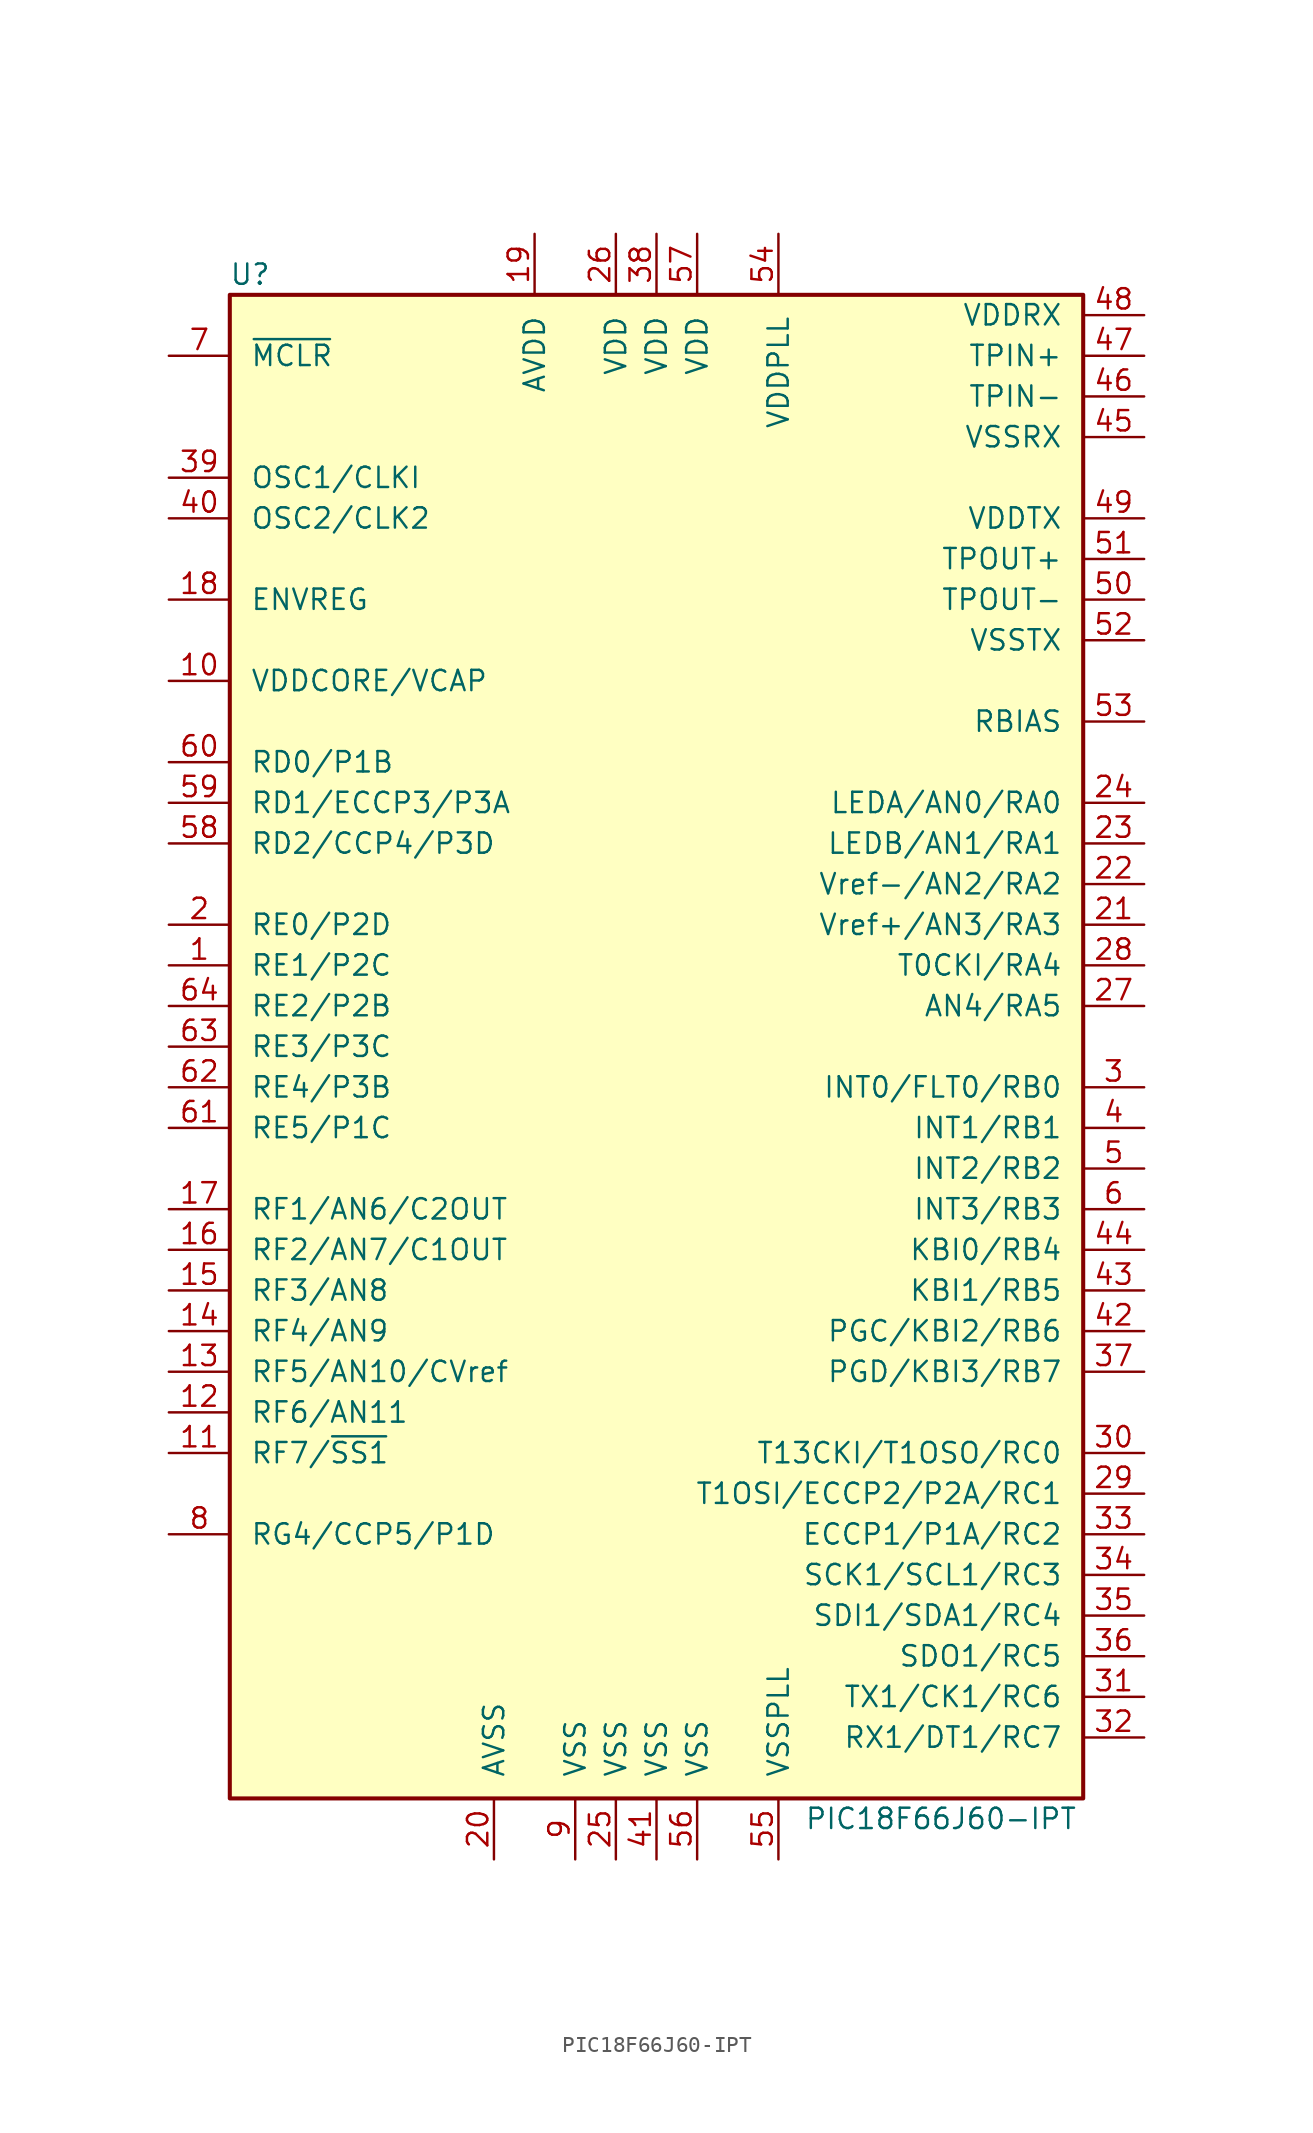
<source format=kicad_sym>
(kicad_symbol_lib
  (version 20220914)
  (generator kicad_symbol_editor)
  (symbol "PIC18F66J60-IPT"
    (pin_names
      (offset 1.27))
    (property "Reference" "U"
      (at -25.4 48.26 0)
      (effects (font (size 1.27 1.27))))
    (property "Value" "PIC18F66J60-IPT"
      (at 17.78 -48.26 0)
      (effects (font (size 1.27 1.27))))
    (symbol "PIC18F66J60-IPT_0_1"
      (rectangle (start -26.67 46.99) (end 26.67 -46.99) (stroke (width 0.254) (type default)) (fill (type background))))
    (symbol "PIC18F66J60-IPT_1_1"
      (pin bidirectional line (at -30.48 5.08 0) (length 3.81) (name "RE1/P2C" (effects (font (size 1.27 1.27)))) (number "1" (effects (font (size 1.27 1.27)))))
      (pin passive line (at -30.48 22.86 0) (length 3.81) (name "VDDCORE/VCAP" (effects (font (size 1.27 1.27)))) (number "10" (effects (font (size 1.27 1.27)))))
      (pin bidirectional line (at -30.48 -25.4 0) (length 3.81) (name "RF7/~{SS1}" (effects (font (size 1.27 1.27)))) (number "11" (effects (font (size 1.27 1.27)))))
      (pin bidirectional line (at -30.48 -22.86 0) (length 3.81) (name "RF6/AN11" (effects (font (size 1.27 1.27)))) (number "12" (effects (font (size 1.27 1.27)))))
      (pin bidirectional line (at -30.48 -20.32 0) (length 3.81) (name "RF5/AN10/CVref" (effects (font (size 1.27 1.27)))) (number "13" (effects (font (size 1.27 1.27)))))
      (pin bidirectional line (at -30.48 -17.78 0) (length 3.81) (name "RF4/AN9" (effects (font (size 1.27 1.27)))) (number "14" (effects (font (size 1.27 1.27)))))
      (pin bidirectional line (at -30.48 -15.24 0) (length 3.81) (name "RF3/AN8" (effects (font (size 1.27 1.27)))) (number "15" (effects (font (size 1.27 1.27)))))
      (pin bidirectional line (at -30.48 -12.7 0) (length 3.81) (name "RF2/AN7/C1OUT" (effects (font (size 1.27 1.27)))) (number "16" (effects (font (size 1.27 1.27)))))
      (pin bidirectional line (at -30.48 -10.16 0) (length 3.81) (name "RF1/AN6/C2OUT" (effects (font (size 1.27 1.27)))) (number "17" (effects (font (size 1.27 1.27)))))
      (pin passive line (at -30.48 27.94 0) (length 3.81) (name "ENVREG" (effects (font (size 1.27 1.27)))) (number "18" (effects (font (size 1.27 1.27)))))
      (pin power_in line (at -7.62 50.8 270) (length 3.81) (name "AVDD" (effects (font (size 1.27 1.27)))) (number "19" (effects (font (size 1.27 1.27)))))
      (pin bidirectional line (at -30.48 7.62 0) (length 3.81) (name "RE0/P2D" (effects (font (size 1.27 1.27)))) (number "2" (effects (font (size 1.27 1.27)))))
      (pin power_in line (at -10.16 -50.8 90) (length 3.81) (name "AVSS" (effects (font (size 1.27 1.27)))) (number "20" (effects (font (size 1.27 1.27)))))
      (pin bidirectional line (at 30.48 7.62 180) (length 3.81) (name "Vref+/AN3/RA3" (effects (font (size 1.27 1.27)))) (number "21" (effects (font (size 1.27 1.27)))))
      (pin bidirectional line (at 30.48 10.16 180) (length 3.81) (name "Vref-/AN2/RA2" (effects (font (size 1.27 1.27)))) (number "22" (effects (font (size 1.27 1.27)))))
      (pin bidirectional line (at 30.48 12.7 180) (length 3.81) (name "LEDB/AN1/RA1" (effects (font (size 1.27 1.27)))) (number "23" (effects (font (size 1.27 1.27)))))
      (pin bidirectional line (at 30.48 15.24 180) (length 3.81) (name "LEDA/AN0/RA0" (effects (font (size 1.27 1.27)))) (number "24" (effects (font (size 1.27 1.27)))))
      (pin power_in line (at -2.54 -50.8 90) (length 3.81) (name "VSS" (effects (font (size 1.27 1.27)))) (number "25" (effects (font (size 1.27 1.27)))))
      (pin power_in line (at -2.54 50.8 270) (length 3.81) (name "VDD" (effects (font (size 1.27 1.27)))) (number "26" (effects (font (size 1.27 1.27)))))
      (pin bidirectional line (at 30.48 2.54 180) (length 3.81) (name "AN4/RA5" (effects (font (size 1.27 1.27)))) (number "27" (effects (font (size 1.27 1.27)))))
      (pin bidirectional line (at 30.48 5.08 180) (length 3.81) (name "T0CKI/RA4" (effects (font (size 1.27 1.27)))) (number "28" (effects (font (size 1.27 1.27)))))
      (pin bidirectional line (at 30.48 -27.94 180) (length 3.81) (name "T1OSI/ECCP2/P2A/RC1" (effects (font (size 1.27 1.27)))) (number "29" (effects (font (size 1.27 1.27)))))
      (pin bidirectional line (at 30.48 -2.54 180) (length 3.81) (name "INT0/FLT0/RB0" (effects (font (size 1.27 1.27)))) (number "3" (effects (font (size 1.27 1.27)))))
      (pin bidirectional line (at 30.48 -25.4 180) (length 3.81) (name "T13CKI/T1OSO/RC0" (effects (font (size 1.27 1.27)))) (number "30" (effects (font (size 1.27 1.27)))))
      (pin bidirectional line (at 30.48 -40.64 180) (length 3.81) (name "TX1/CK1/RC6" (effects (font (size 1.27 1.27)))) (number "31" (effects (font (size 1.27 1.27)))))
      (pin bidirectional line (at 30.48 -43.18 180) (length 3.81) (name "RX1/DT1/RC7" (effects (font (size 1.27 1.27)))) (number "32" (effects (font (size 1.27 1.27)))))
      (pin bidirectional line (at 30.48 -30.48 180) (length 3.81) (name "ECCP1/P1A/RC2" (effects (font (size 1.27 1.27)))) (number "33" (effects (font (size 1.27 1.27)))))
      (pin bidirectional line (at 30.48 -33.02 180) (length 3.81) (name "SCK1/SCL1/RC3" (effects (font (size 1.27 1.27)))) (number "34" (effects (font (size 1.27 1.27)))))
      (pin bidirectional line (at 30.48 -35.56 180) (length 3.81) (name "SDI1/SDA1/RC4" (effects (font (size 1.27 1.27)))) (number "35" (effects (font (size 1.27 1.27)))))
      (pin bidirectional line (at 30.48 -38.1 180) (length 3.81) (name "SDO1/RC5" (effects (font (size 1.27 1.27)))) (number "36" (effects (font (size 1.27 1.27)))))
      (pin bidirectional line (at 30.48 -20.32 180) (length 3.81) (name "PGD/KBI3/RB7" (effects (font (size 1.27 1.27)))) (number "37" (effects (font (size 1.27 1.27)))))
      (pin power_in line (at 0 50.8 270) (length 3.81) (name "VDD" (effects (font (size 1.27 1.27)))) (number "38" (effects (font (size 1.27 1.27)))))
      (pin input line (at -30.48 35.56 0) (length 3.81) (name "OSC1/CLKI" (effects (font (size 1.27 1.27)))) (number "39" (effects (font (size 1.27 1.27)))))
      (pin bidirectional line (at 30.48 -5.08 180) (length 3.81) (name "INT1/RB1" (effects (font (size 1.27 1.27)))) (number "4" (effects (font (size 1.27 1.27)))))
      (pin output line (at -30.48 33.02 0) (length 3.81) (name "OSC2/CLK2" (effects (font (size 1.27 1.27)))) (number "40" (effects (font (size 1.27 1.27)))))
      (pin power_in line (at 0 -50.8 90) (length 3.81) (name "VSS" (effects (font (size 1.27 1.27)))) (number "41" (effects (font (size 1.27 1.27)))))
      (pin bidirectional line (at 30.48 -17.78 180) (length 3.81) (name "PGC/KBI2/RB6" (effects (font (size 1.27 1.27)))) (number "42" (effects (font (size 1.27 1.27)))))
      (pin bidirectional line (at 30.48 -15.24 180) (length 3.81) (name "KBI1/RB5" (effects (font (size 1.27 1.27)))) (number "43" (effects (font (size 1.27 1.27)))))
      (pin bidirectional line (at 30.48 -12.7 180) (length 3.81) (name "KBI0/RB4" (effects (font (size 1.27 1.27)))) (number "44" (effects (font (size 1.27 1.27)))))
      (pin power_in line (at 30.48 38.1 180) (length 3.81) (name "VSSRX" (effects (font (size 1.27 1.27)))) (number "45" (effects (font (size 1.27 1.27)))))
      (pin passive line (at 30.48 40.64 180) (length 3.81) (name "TPIN-" (effects (font (size 1.27 1.27)))) (number "46" (effects (font (size 1.27 1.27)))))
      (pin passive line (at 30.48 43.18 180) (length 3.81) (name "TPIN+" (effects (font (size 1.27 1.27)))) (number "47" (effects (font (size 1.27 1.27)))))
      (pin power_in line (at 30.48 45.72 180) (length 3.81) (name "VDDRX" (effects (font (size 1.27 1.27)))) (number "48" (effects (font (size 1.27 1.27)))))
      (pin power_in line (at 30.48 33.02 180) (length 3.81) (name "VDDTX" (effects (font (size 1.27 1.27)))) (number "49" (effects (font (size 1.27 1.27)))))
      (pin bidirectional line (at 30.48 -7.62 180) (length 3.81) (name "INT2/RB2" (effects (font (size 1.27 1.27)))) (number "5" (effects (font (size 1.27 1.27)))))
      (pin passive line (at 30.48 27.94 180) (length 3.81) (name "TPOUT-" (effects (font (size 1.27 1.27)))) (number "50" (effects (font (size 1.27 1.27)))))
      (pin passive line (at 30.48 30.48 180) (length 3.81) (name "TPOUT+" (effects (font (size 1.27 1.27)))) (number "51" (effects (font (size 1.27 1.27)))))
      (pin power_in line (at 30.48 25.4 180) (length 3.81) (name "VSSTX" (effects (font (size 1.27 1.27)))) (number "52" (effects (font (size 1.27 1.27)))))
      (pin passive line (at 30.48 20.32 180) (length 3.81) (name "RBIAS" (effects (font (size 1.27 1.27)))) (number "53" (effects (font (size 1.27 1.27)))))
      (pin power_in line (at 7.62 50.8 270) (length 3.81) (name "VDDPLL" (effects (font (size 1.27 1.27)))) (number "54" (effects (font (size 1.27 1.27)))))
      (pin power_in line (at 7.62 -50.8 90) (length 3.81) (name "VSSPLL" (effects (font (size 1.27 1.27)))) (number "55" (effects (font (size 1.27 1.27)))))
      (pin power_in line (at 2.54 -50.8 90) (length 3.81) (name "VSS" (effects (font (size 1.27 1.27)))) (number "56" (effects (font (size 1.27 1.27)))))
      (pin power_in line (at 2.54 50.8 270) (length 3.81) (name "VDD" (effects (font (size 1.27 1.27)))) (number "57" (effects (font (size 1.27 1.27)))))
      (pin bidirectional line (at -30.48 12.7 0) (length 3.81) (name "RD2/CCP4/P3D" (effects (font (size 1.27 1.27)))) (number "58" (effects (font (size 1.27 1.27)))))
      (pin bidirectional line (at -30.48 15.24 0) (length 3.81) (name "RD1/ECCP3/P3A" (effects (font (size 1.27 1.27)))) (number "59" (effects (font (size 1.27 1.27)))))
      (pin bidirectional line (at 30.48 -10.16 180) (length 3.81) (name "INT3/RB3" (effects (font (size 1.27 1.27)))) (number "6" (effects (font (size 1.27 1.27)))))
      (pin bidirectional line (at -30.48 17.78 0) (length 3.81) (name "RD0/P1B" (effects (font (size 1.27 1.27)))) (number "60" (effects (font (size 1.27 1.27)))))
      (pin bidirectional line (at -30.48 -5.08 0) (length 3.81) (name "RE5/P1C" (effects (font (size 1.27 1.27)))) (number "61" (effects (font (size 1.27 1.27)))))
      (pin bidirectional line (at -30.48 -2.54 0) (length 3.81) (name "RE4/P3B" (effects (font (size 1.27 1.27)))) (number "62" (effects (font (size 1.27 1.27)))))
      (pin bidirectional line (at -30.48 0 0) (length 3.81) (name "RE3/P3C" (effects (font (size 1.27 1.27)))) (number "63" (effects (font (size 1.27 1.27)))))
      (pin bidirectional line (at -30.48 2.54 0) (length 3.81) (name "RE2/P2B" (effects (font (size 1.27 1.27)))) (number "64" (effects (font (size 1.27 1.27)))))
      (pin input line (at -30.48 43.18 0) (length 3.81) (name "~{MCLR}" (effects (font (size 1.27 1.27)))) (number "7" (effects (font (size 1.27 1.27)))))
      (pin bidirectional line (at -30.48 -30.48 0) (length 3.81) (name "RG4/CCP5/P1D" (effects (font (size 1.27 1.27)))) (number "8" (effects (font (size 1.27 1.27)))))
      (pin power_in line (at -5.08 -50.8 90) (length 3.81) (name "VSS" (effects (font (size 1.27 1.27)))) (number "9" (effects (font (size 1.27 1.27))))))))
</source>
